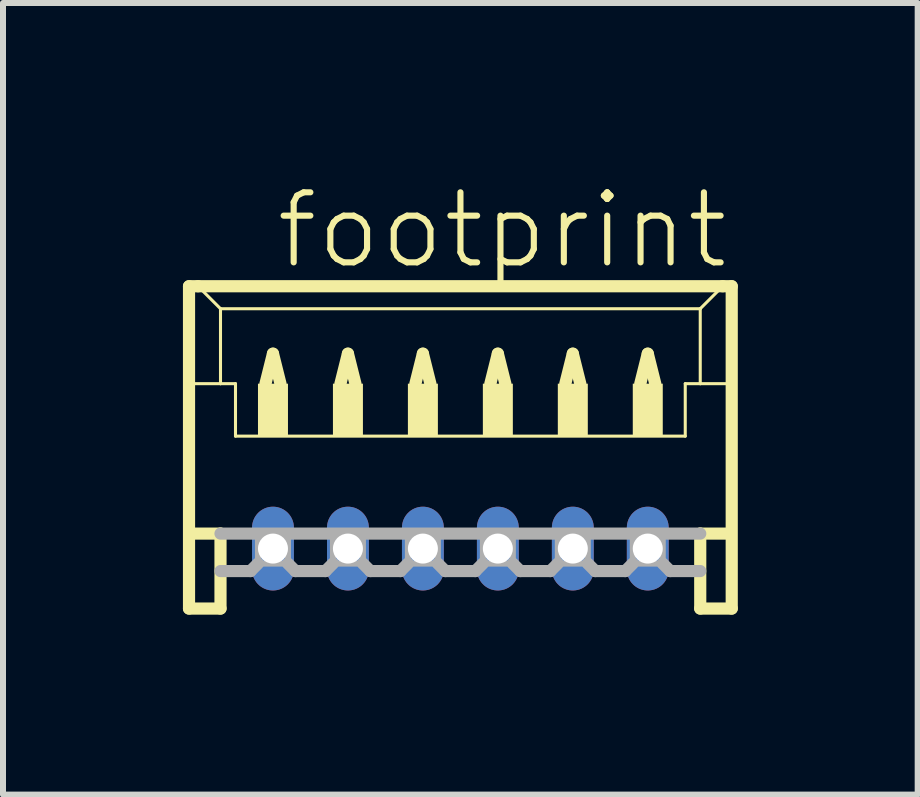
<source format=kicad_pcb>
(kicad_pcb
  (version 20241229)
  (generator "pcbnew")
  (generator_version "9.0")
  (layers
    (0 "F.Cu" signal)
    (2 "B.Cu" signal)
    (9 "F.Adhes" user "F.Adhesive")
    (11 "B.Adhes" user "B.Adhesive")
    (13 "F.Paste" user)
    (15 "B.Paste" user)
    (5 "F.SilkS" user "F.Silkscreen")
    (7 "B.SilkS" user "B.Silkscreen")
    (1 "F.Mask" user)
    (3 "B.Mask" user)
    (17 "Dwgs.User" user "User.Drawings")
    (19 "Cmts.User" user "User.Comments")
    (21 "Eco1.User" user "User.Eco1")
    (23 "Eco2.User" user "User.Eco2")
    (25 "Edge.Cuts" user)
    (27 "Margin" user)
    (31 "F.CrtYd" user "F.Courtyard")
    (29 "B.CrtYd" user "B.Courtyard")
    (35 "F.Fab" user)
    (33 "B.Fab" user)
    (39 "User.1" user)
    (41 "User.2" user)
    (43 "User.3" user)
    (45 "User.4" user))
  (footprint "footprint"
    (layer "F.Cu")
    (at 4.627 4.848)
    (property "Reference" "footprint" (at -3.125 -3.375 0) (layer "F.SilkS") (effects (font (size 1.168 1.168) (thickness 0.102)) (justify left bottom)))
    (fp_line (start -4.525 -3.125) (end -4.525 2.25) (stroke (width 0.203) (type solid)) (layer "F.SilkS"))
    (fp_line (start -4.525 2.25) (end -4 2.25) (stroke (width 0.203) (type solid)) (layer "F.SilkS"))
    (fp_line (start -4.5 -1.5) (end -4 -1.5) (stroke (width 0.051) (type solid)) (layer "F.SilkS"))
    (fp_line (start -4.5 1) (end -4 1) (stroke (width 0.203) (type solid)) (layer "F.SilkS"))
    (fp_line (start -4.375 -3.125) (end -4.525 -3.125) (stroke (width 0.203) (type solid)) (layer "F.SilkS"))
    (fp_line (start -4 -2.75) (end -4.375 -3.125) (stroke (width 0.051) (type solid)) (layer "F.SilkS"))
    (fp_line (start -4 -2.75) (end 4 -2.75) (stroke (width 0.051) (type solid)) (layer "F.SilkS"))
    (fp_line (start -4 -1.5) (end -4 -2.75) (stroke (width 0.051) (type solid)) (layer "F.SilkS"))
    (fp_line (start -4 -1.5) (end -3.75 -1.5) (stroke (width 0.051) (type solid)) (layer "F.SilkS"))
    (fp_line (start -4 1) (end -4 2.25) (stroke (width 0.203) (type solid)) (layer "F.SilkS"))
    (fp_line (start -3.75 -1.5) (end -3.75 -0.625) (stroke (width 0.051) (type solid)) (layer "F.SilkS"))
    (fp_line (start -3.75 -0.625) (end 3.75 -0.625) (stroke (width 0.051) (type solid)) (layer "F.SilkS"))
    (fp_line (start -3.25 -1.5) (end -3.125 -2) (stroke (width 0.203) (type solid)) (layer "F.SilkS"))
    (fp_line (start -3.125 -2) (end -3 -1.5) (stroke (width 0.203) (type solid)) (layer "F.SilkS"))
    (fp_line (start -2 -1.5) (end -1.875 -2) (stroke (width 0.203) (type solid)) (layer "F.SilkS"))
    (fp_line (start -1.875 -2) (end -1.75 -1.5) (stroke (width 0.203) (type solid)) (layer "F.SilkS"))
    (fp_line (start -0.75 -1.5) (end -0.625 -2) (stroke (width 0.203) (type solid)) (layer "F.SilkS"))
    (fp_line (start -0.625 -2) (end -0.5 -1.5) (stroke (width 0.203) (type solid)) (layer "F.SilkS"))
    (fp_line (start 0.5 -1.5) (end 0.625 -2) (stroke (width 0.203) (type solid)) (layer "F.SilkS"))
    (fp_line (start 0.625 -2) (end 0.75 -1.5) (stroke (width 0.203) (type solid)) (layer "F.SilkS"))
    (fp_line (start 1.75 -1.5) (end 1.875 -2) (stroke (width 0.203) (type solid)) (layer "F.SilkS"))
    (fp_line (start 1.875 -2) (end 2 -1.5) (stroke (width 0.203) (type solid)) (layer "F.SilkS"))
    (fp_line (start 3 -1.5) (end 3.125 -2) (stroke (width 0.203) (type solid)) (layer "F.SilkS"))
    (fp_line (start 3.125 -2) (end 3.25 -1.5) (stroke (width 0.203) (type solid)) (layer "F.SilkS"))
    (fp_line (start 3.75 -1.5) (end 3.75 -0.625) (stroke (width 0.051) (type solid)) (layer "F.SilkS"))
    (fp_line (start 3.75 -1.5) (end 4 -1.5) (stroke (width 0.051) (type solid)) (layer "F.SilkS"))
    (fp_line (start 4 -2.75) (end 4 -1.5) (stroke (width 0.051) (type solid)) (layer "F.SilkS"))
    (fp_line (start 4 -2.75) (end 4.375 -3.125) (stroke (width 0.051) (type solid)) (layer "F.SilkS"))
    (fp_line (start 4 -1.5) (end 4.5 -1.5) (stroke (width 0.051) (type solid)) (layer "F.SilkS"))
    (fp_line (start 4 1) (end 4 2.25) (stroke (width 0.203) (type solid)) (layer "F.SilkS"))
    (fp_line (start 4 1) (end 4.5 1) (stroke (width 0.203) (type solid)) (layer "F.SilkS"))
    (fp_line (start 4 2.25) (end 4.525 2.25) (stroke (width 0.203) (type solid)) (layer "F.SilkS"))
    (fp_line (start 4.375 -3.125) (end -4.375 -3.125) (stroke (width 0.203) (type solid)) (layer "F.SilkS"))
    (fp_line (start 4.525 -3.125) (end 4.375 -3.125) (stroke (width 0.203) (type solid)) (layer "F.SilkS"))
    (fp_line (start 4.525 2.25) (end 4.525 -3.125) (stroke (width 0.203) (type solid)) (layer "F.SilkS"))
    (fp_poly (pts (xy -3.375 -0.625) (xy -2.875 -0.625) (xy -2.875 -1.5) (xy -3.375 -1.5)) (stroke (width 0) (type solid)) (fill yes) (layer "F.SilkS"))
    (fp_poly (pts (xy -2.125 -0.625) (xy -1.625 -0.625) (xy -1.625 -1.5) (xy -2.125 -1.5)) (stroke (width 0) (type solid)) (fill yes) (layer "F.SilkS"))
    (fp_poly (pts (xy -0.875 -0.625) (xy -0.375 -0.625) (xy -0.375 -1.5) (xy -0.875 -1.5)) (stroke (width 0) (type solid)) (fill yes) (layer "F.SilkS"))
    (fp_poly (pts (xy 0.375 -0.625) (xy 0.875 -0.625) (xy 0.875 -1.5) (xy 0.375 -1.5)) (stroke (width 0) (type solid)) (fill yes) (layer "F.SilkS"))
    (fp_poly (pts (xy 1.625 -0.625) (xy 2.125 -0.625) (xy 2.125 -1.5) (xy 1.625 -1.5)) (stroke (width 0) (type solid)) (fill yes) (layer "F.SilkS"))
    (fp_poly (pts (xy 2.875 -0.625) (xy 3.375 -0.625) (xy 3.375 -1.5) (xy 2.875 -1.5)) (stroke (width 0) (type solid)) (fill yes) (layer "F.SilkS"))
    (fp_line (start -4 1) (end 4 1) (stroke (width 0.203) (type solid)) (layer "F.Fab"))
    (fp_line (start -3.5 1.625) (end -4 1.625) (stroke (width 0.203) (type solid)) (layer "F.Fab"))
    (fp_line (start -3.375 1.5) (end -3.5 1.625) (stroke (width 0.203) (type solid)) (layer "F.Fab"))
    (fp_line (start -2.875 1.5) (end -2.75 1.625) (stroke (width 0.203) (type solid)) (layer "F.Fab"))
    (fp_line (start -2.25 1.625) (end -2.75 1.625) (stroke (width 0.203) (type solid)) (layer "F.Fab"))
    (fp_line (start -2.125 1.5) (end -2.25 1.625) (stroke (width 0.203) (type solid)) (layer "F.Fab"))
    (fp_line (start -1.625 1.5) (end -1.5 1.625) (stroke (width 0.203) (type solid)) (layer "F.Fab"))
    (fp_line (start -1 1.625) (end -1.5 1.625) (stroke (width 0.203) (type solid)) (layer "F.Fab"))
    (fp_line (start -0.875 1.5) (end -1 1.625) (stroke (width 0.203) (type solid)) (layer "F.Fab"))
    (fp_line (start -0.375 1.5) (end -0.25 1.625) (stroke (width 0.203) (type solid)) (layer "F.Fab"))
    (fp_line (start 0.25 1.625) (end -0.25 1.625) (stroke (width 0.203) (type solid)) (layer "F.Fab"))
    (fp_line (start 0.375 1.5) (end 0.25 1.625) (stroke (width 0.203) (type solid)) (layer "F.Fab"))
    (fp_line (start 0.875 1.5) (end 1 1.625) (stroke (width 0.203) (type solid)) (layer "F.Fab"))
    (fp_line (start 1.5 1.625) (end 1 1.625) (stroke (width 0.203) (type solid)) (layer "F.Fab"))
    (fp_line (start 1.625 1.5) (end 1.5 1.625) (stroke (width 0.203) (type solid)) (layer "F.Fab"))
    (fp_line (start 2.125 1.5) (end 2.25 1.625) (stroke (width 0.203) (type solid)) (layer "F.Fab"))
    (fp_line (start 2.75 1.625) (end 2.25 1.625) (stroke (width 0.203) (type solid)) (layer "F.Fab"))
    (fp_line (start 2.875 1.5) (end 2.75 1.625) (stroke (width 0.203) (type solid)) (layer "F.Fab"))
    (fp_line (start 3.375 1.5) (end 3.5 1.625) (stroke (width 0.203) (type solid)) (layer "F.Fab"))
    (fp_line (start 4 1.625) (end 3.5 1.625) (stroke (width 0.203) (type solid)) (layer "F.Fab"))
    (fp_poly (pts (xy -3.375 1.5) (xy -2.875 1.5) (xy -2.875 1) (xy -3.375 1)) (stroke (width 0.1) (type solid)) (fill no) (layer "F.Fab"))
    (fp_poly (pts (xy -2.125 1.5) (xy -1.625 1.5) (xy -1.625 1) (xy -2.125 1)) (stroke (width 0.1) (type solid)) (fill no) (layer "F.Fab"))
    (fp_poly (pts (xy -0.875 1.5) (xy -0.375 1.5) (xy -0.375 1) (xy -0.875 1)) (stroke (width 0.1) (type solid)) (fill no) (layer "F.Fab"))
    (fp_poly (pts (xy 0.375 1.5) (xy 0.875 1.5) (xy 0.875 1) (xy 0.375 1)) (stroke (width 0.1) (type solid)) (fill no) (layer "F.Fab"))
    (fp_poly (pts (xy 1.625 1.5) (xy 2.125 1.5) (xy 2.125 1) (xy 1.625 1)) (stroke (width 0.1) (type solid)) (fill no) (layer "F.Fab"))
    (fp_poly (pts (xy 2.875 1.5) (xy 3.375 1.5) (xy 3.375 1) (xy 2.875 1)) (stroke (width 0.1) (type solid)) (fill no) (layer "F.Fab"))
    (pad "1" thru_hole oval (at 3.125 1.25 90) (size 1.397 0.698) (drill 0.5) (layers "*.Cu" "*.Mask"))
    (pad "2" thru_hole oval (at 1.875 1.25 90) (size 1.397 0.698) (drill 0.5) (layers "*.Cu" "*.Mask"))
    (pad "3" thru_hole oval (at 0.625 1.25 90) (size 1.397 0.698) (drill 0.5) (layers "*.Cu" "*.Mask"))
    (pad "4" thru_hole oval (at -0.625 1.25 90) (size 1.397 0.698) (drill 0.5) (layers "*.Cu" "*.Mask"))
    (pad "5" thru_hole oval (at -1.875 1.25 90) (size 1.397 0.698) (drill 0.5) (layers "*.Cu" "*.Mask"))
    (pad "6" thru_hole oval (at -3.125 1.25 90) (size 1.397 0.698) (drill 0.5) (layers "*.Cu" "*.Mask")))
  (gr_rect
    (start -3 -3)
    (end 12.253 10.2)
    (stroke (width 0.1) (type default))
    (fill no)
    (layer "Edge.Cuts")))
</source>
